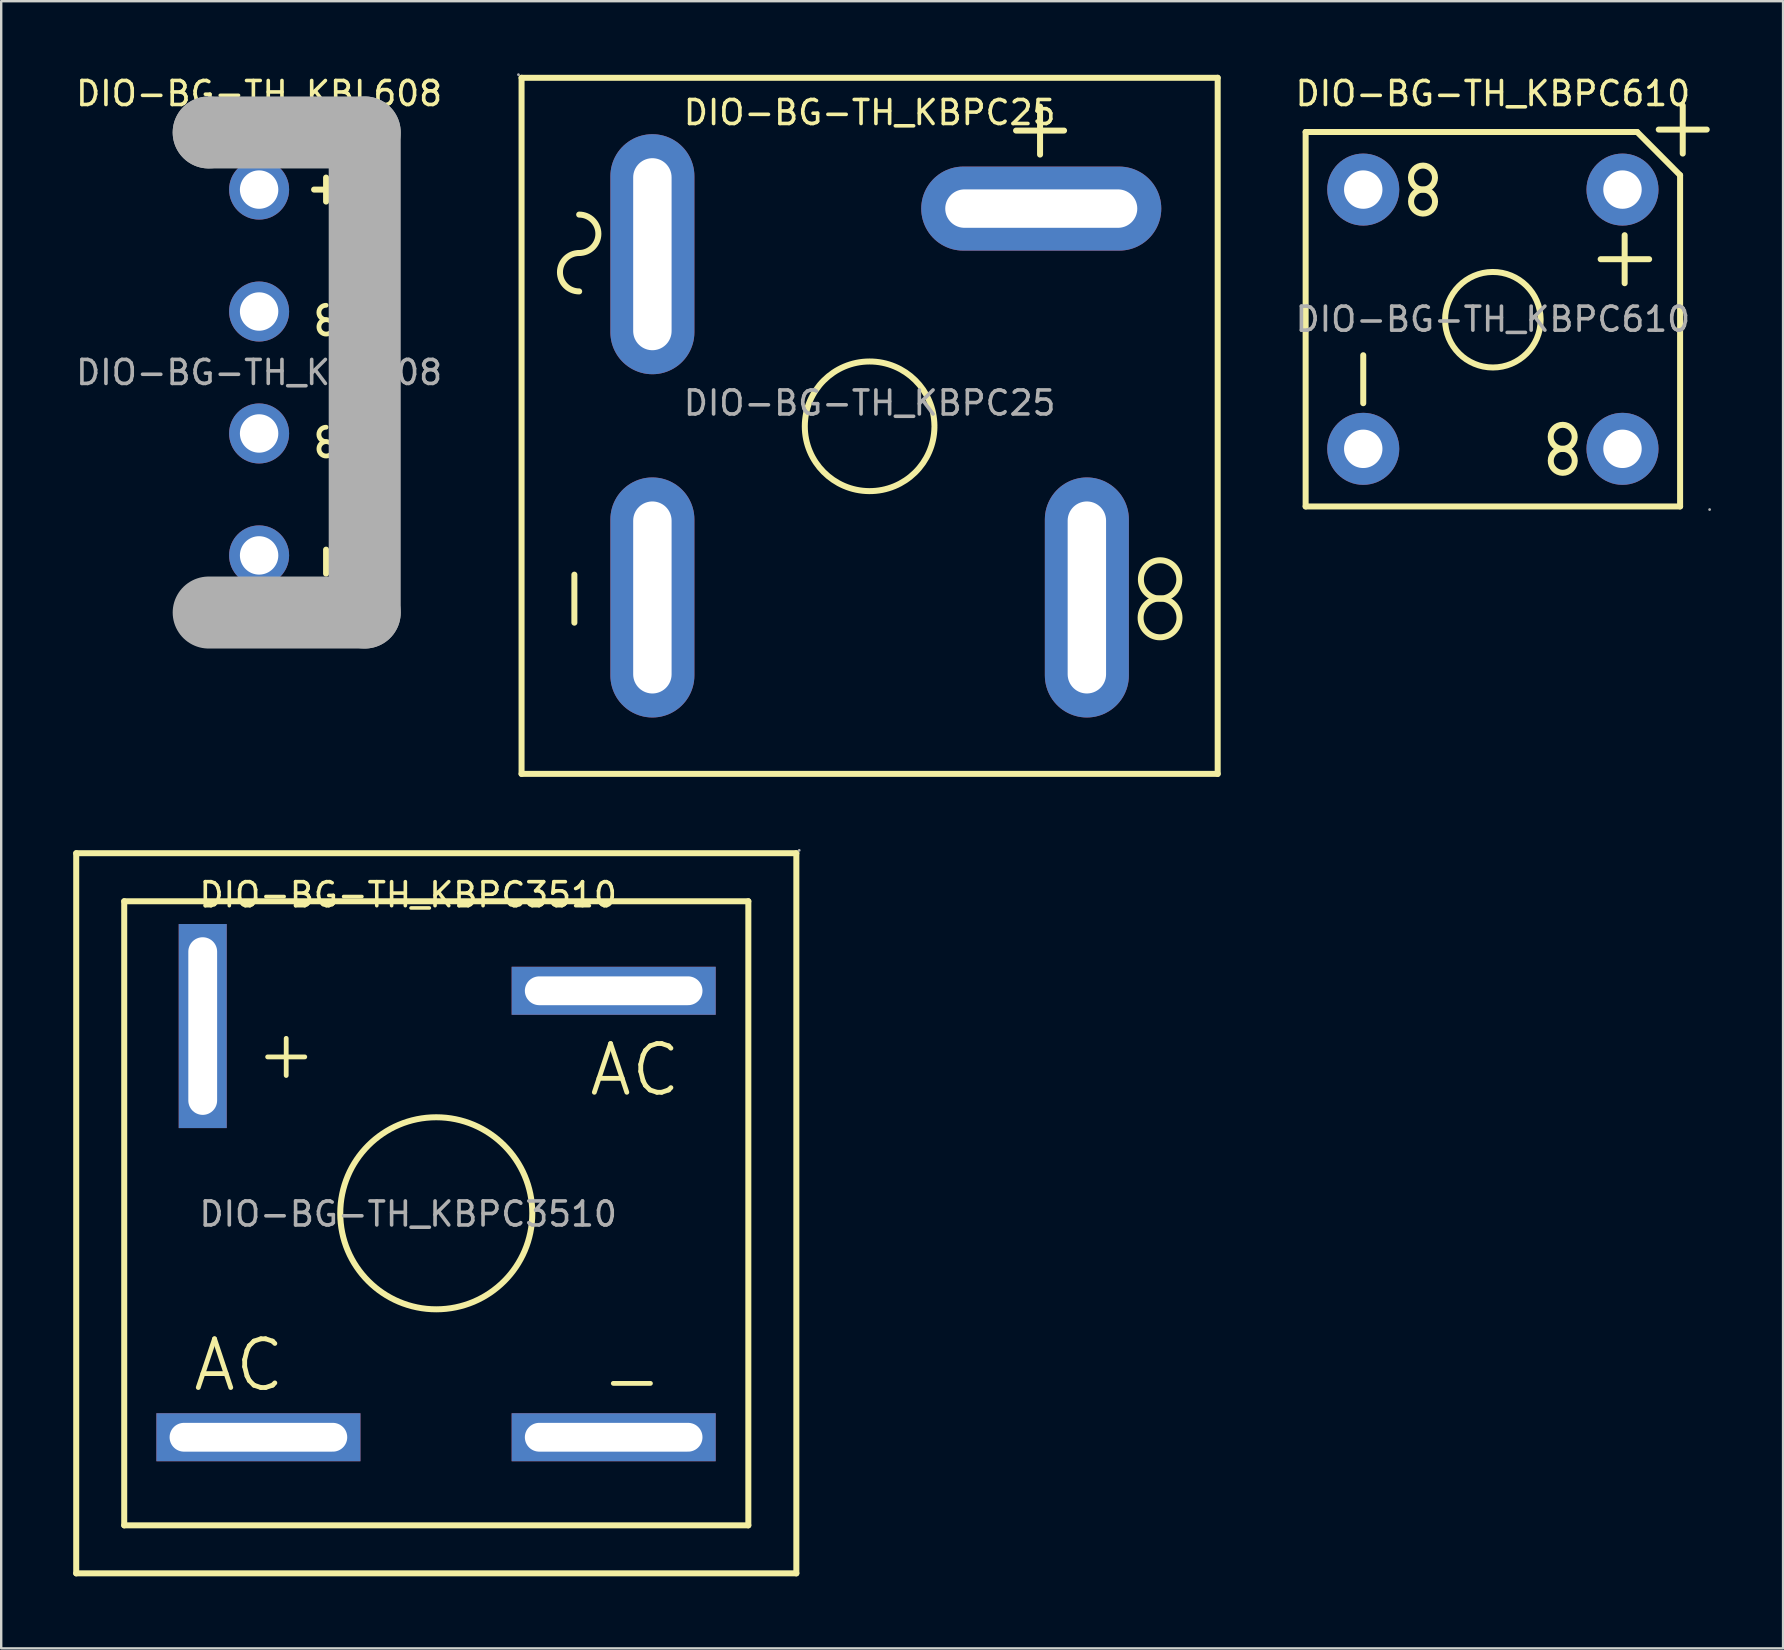
<source format=kicad_pcb>
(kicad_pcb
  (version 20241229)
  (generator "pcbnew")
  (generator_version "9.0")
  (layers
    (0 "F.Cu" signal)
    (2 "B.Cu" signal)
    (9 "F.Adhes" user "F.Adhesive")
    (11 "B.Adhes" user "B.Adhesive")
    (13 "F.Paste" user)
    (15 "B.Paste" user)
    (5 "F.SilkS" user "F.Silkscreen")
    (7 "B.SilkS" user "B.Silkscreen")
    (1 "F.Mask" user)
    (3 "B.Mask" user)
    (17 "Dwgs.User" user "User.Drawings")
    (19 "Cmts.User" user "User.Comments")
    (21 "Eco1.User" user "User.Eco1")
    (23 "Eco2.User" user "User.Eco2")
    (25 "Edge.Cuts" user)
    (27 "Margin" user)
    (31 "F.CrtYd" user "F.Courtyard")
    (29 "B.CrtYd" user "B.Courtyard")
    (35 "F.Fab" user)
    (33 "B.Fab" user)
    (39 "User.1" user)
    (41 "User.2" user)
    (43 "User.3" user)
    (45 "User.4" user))
  (footprint "DIO-BG-TH_KBPC25"
    (layer "F.Cu")
    (at 33.178 13.74)
    (property "Reference" "DIO-BG-TH_KBPC25" (at 0 -12.1 0) (layer "F.SilkS") (effects (font (size 1 1) (thickness 0.15))))
    (attr through_hole)
    (fp_line (start -14.5 -13.55) (end 14.5 -13.55) (stroke (width 0.25) (type solid)) (layer "F.SilkS"))
    (fp_line (start -14.5 15.45) (end -14.5 -13.55) (stroke (width 0.25) (type solid)) (layer "F.SilkS"))
    (fp_line (start -12.3 9.15) (end -12.3 7.15) (stroke (width 0.25) (type solid)) (layer "F.SilkS"))
    (fp_line (start 6.1 -11.35) (end 8.1 -11.35) (stroke (width 0.25) (type solid)) (layer "F.SilkS"))
    (fp_line (start 7.1 -10.35) (end 7.1 -12.35) (stroke (width 0.25) (type solid)) (layer "F.SilkS"))
    (fp_line (start 14.5 -13.55) (end 14.5 15.45) (stroke (width 0.25) (type solid)) (layer "F.SilkS"))
    (fp_line (start 14.5 15.45) (end -14.5 15.45) (stroke (width 0.25) (type solid)) (layer "F.SilkS"))
    (fp_arc (start -12.1 -7.85) (mid -11.3 -7.05) (end -12.1 -6.25) (stroke (width 0.25) (type solid)) (layer "F.SilkS"))
    (fp_arc (start -12.1 -4.65) (mid -12.9 -5.45) (end -12.1 -6.25) (stroke (width 0.25) (type solid)) (layer "F.SilkS"))
    (fp_arc (start 2.7 1) (mid -2.700162 0.964977) (end 2.700093 0.950046) (stroke (width 0.25) (type solid)) (layer "F.SilkS"))
    (fp_arc (start 12.085864 9.759877) (mid 12.107068 8.14003) (end 12.1 9.76) (stroke (width 0.25) (type solid)) (layer "F.SilkS"))
    (fp_arc (start 12.113962 6.550122) (mid 12.093019 8.149969) (end 12.1 6.55) (stroke (width 0.25) (type solid)) (layer "F.SilkS"))
    (fp_circle (center -14.63 -13.68) (end -14.6 -13.68) (stroke (width 0.06) (type solid)) (fill no) (layer "F.Fab"))
    (fp_text user "${REFERENCE}" (at 0 0 0) (layer "F.Fab") (effects (font (size 1 1) (thickness 0.15))))
    (pad "1" thru_hole oval (at -9.05 -6.2 270) (size 10 3.5) (drill oval 8 1.6) (layers "*.Cu" "*.Paste" "*.Mask"))
    (pad "2" thru_hole oval (at 7.15 -8.1) (size 10 3.5) (drill oval 8 1.6) (layers "*.Cu" "*.Paste" "*.Mask"))
    (pad "3" thru_hole oval (at 9.05 8.1 270) (size 10 3.5) (drill oval 8 1.6) (layers "*.Cu" "*.Paste" "*.Mask"))
    (pad "4" thru_hole oval (at -9.05 8.1 270) (size 10 3.5) (drill oval 8 1.6) (layers "*.Cu" "*.Paste" "*.Mask")))
  (footprint "DIO-BG-TH_KBL608"
    (layer "F.Cu")
    (at 7.744 12.468)
    (property "Reference" "DIO-BG-TH_KBL608" (at 0 -11.62 0) (layer "F.SilkS") (effects (font (size 1 1) (thickness 0.15))))
    (attr through_hole)
    (fp_line (start -2.04 -9.4) (end 4.31 -9.4) (stroke (width 0.25) (type solid)) (layer "F.SilkS"))
    (fp_line (start 2.29 -7.62) (end 3.29 -7.62) (stroke (width 0.25) (type solid)) (layer "F.SilkS"))
    (fp_line (start 2.79 -7.12) (end 2.79 -8.12) (stroke (width 0.25) (type solid)) (layer "F.SilkS"))
    (fp_line (start 2.79 8.38) (end 2.79 7.38) (stroke (width 0.25) (type solid)) (layer "F.SilkS"))
    (fp_arc (start 2.79 -2.2) (mid 2.49 -2.5) (end 2.79 -2.8) (stroke (width 0.2) (type solid)) (layer "F.SilkS"))
    (fp_arc (start 2.79 2.88) (mid 2.49 2.58) (end 2.79 2.28) (stroke (width 0.2) (type solid)) (layer "F.SilkS"))
    (fp_arc (start 2.795236 -2.199954) (mid 2.787382 -1.600012) (end 2.79 -2.2) (stroke (width 0.2) (type solid)) (layer "F.SilkS"))
    (fp_arc (start 2.795236 2.880046) (mid 2.787382 3.479988) (end 2.79 2.88) (stroke (width 0.2) (type solid)) (layer "F.SilkS"))
    (fp_line (start -2.1 -10) (end -2.1 -10) (stroke (width 3) (type solid)) (layer "F.Fab"))
    (fp_line (start -2.1 -10) (end 4.4 -10) (stroke (width 3) (type solid)) (layer "F.Fab"))
    (fp_line (start 4.4 -10) (end 4.4 10) (stroke (width 3) (type solid)) (layer "F.Fab"))
    (fp_line (start 4.4 10) (end -2.1 10) (stroke (width 3) (type solid)) (layer "F.Fab"))
    (fp_circle (center -2.23 -10.13) (end -2.2 -10.13) (stroke (width 0.06) (type solid)) (fill no) (layer "F.Fab"))
    (fp_circle (center 0 -7.62) (end 0.35 -7.62) (stroke (width 0.7) (type solid)) (fill no) (layer "F.Fab"))
    (fp_circle (center 0 -2.54) (end 0.35 -2.54) (stroke (width 0.7) (type solid)) (fill no) (layer "F.Fab"))
    (fp_circle (center 0 2.54) (end 0.35 2.54) (stroke (width 0.7) (type solid)) (fill no) (layer "F.Fab"))
    (fp_circle (center 0 7.62) (end 0.35 7.62) (stroke (width 0.7) (type solid)) (fill no) (layer "F.Fab"))
    (fp_text user "${REFERENCE}" (at 0 0 0) (layer "F.Fab") (effects (font (size 1 1) (thickness 0.15))))
    (pad "1" thru_hole circle (at 0 -2.54 270) (size 2.5 2.5) (drill 1.6) (layers "*.Cu" "*.Paste" "*.Mask"))
    (pad "2" thru_hole circle (at 0 -7.62 270) (size 2.5 2.5) (drill 1.6) (layers "*.Cu" "*.Paste" "*.Mask"))
    (pad "3" thru_hole circle (at 0 2.54 270) (size 2.5 2.5) (drill 1.6) (layers "*.Cu" "*.Paste" "*.Mask"))
    (pad "4" thru_hole circle (at 0 7.62 270) (size 2.5 2.5) (drill 1.6) (layers "*.Cu" "*.Paste" "*.Mask")))
  (footprint "DIO-BG-TH_KBPC610"
    (layer "F.Cu")
    (at 59.142 10.248)
    (property "Reference" "DIO-BG-TH_KBPC610" (at 0 -9.4 0) (layer "F.SilkS") (effects (font (size 1 1) (thickness 0.15))))
    (attr through_hole)
    (fp_line (start -7.8 -7.8) (end 6.01 -7.8) (stroke (width 0.25) (type solid)) (layer "F.SilkS"))
    (fp_line (start -7.8 7.8) (end -7.8 -7.8) (stroke (width 0.25) (type solid)) (layer "F.SilkS"))
    (fp_line (start -5.4 3.5) (end -5.4 1.5) (stroke (width 0.25) (type solid)) (layer "F.SilkS"))
    (fp_line (start 4.49 -2.5) (end 6.51 -2.5) (stroke (width 0.25) (type solid)) (layer "F.SilkS"))
    (fp_line (start 5.49 -1.5) (end 5.49 -3.5) (stroke (width 0.25) (type solid)) (layer "F.SilkS"))
    (fp_line (start 6.01 -7.8) (end 7.8 -6) (stroke (width 0.25) (type solid)) (layer "F.SilkS"))
    (fp_line (start 6.91 -7.9) (end 8.91 -7.9) (stroke (width 0.25) (type solid)) (layer "F.SilkS"))
    (fp_line (start 7.8 -6) (end 7.8 7.8) (stroke (width 0.25) (type solid)) (layer "F.SilkS"))
    (fp_line (start 7.8 7.8) (end -7.8 7.8) (stroke (width 0.25) (type solid)) (layer "F.SilkS"))
    (fp_line (start 7.91 -6.9) (end 7.91 -8.9) (stroke (width 0.25) (type solid)) (layer "F.SilkS"))
    (fp_arc (start -2.918726 -4.400076) (mid -2.905637 -5.399981) (end -2.91 -4.4) (stroke (width 0.25) (type solid)) (layer "F.SilkS"))
    (fp_arc (start -2.901274 -6.399924) (mid -2.914363 -5.400019) (end -2.91 -6.4) (stroke (width 0.25) (type solid)) (layer "F.SilkS"))
    (fp_arc (start 1.99 0.03) (mid -1.990019 0.024935) (end 1.989926 0.00013) (stroke (width 0.25) (type solid)) (layer "F.SilkS"))
    (fp_arc (start 2.901274 6.399924) (mid 2.914363 5.400019) (end 2.91 6.4) (stroke (width 0.25) (type solid)) (layer "F.SilkS"))
    (fp_arc (start 2.918726 4.400076) (mid 2.905637 5.399981) (end 2.91 4.4) (stroke (width 0.25) (type solid)) (layer "F.SilkS"))
    (fp_circle (center -5.4 -5.4) (end -5.05 -5.4) (stroke (width 0.7) (type solid)) (fill no) (layer "F.Fab"))
    (fp_circle (center -5.4 5.4) (end -5.05 5.4) (stroke (width 0.7) (type solid)) (fill no) (layer "F.Fab"))
    (fp_circle (center 5.4 -5.4) (end 5.75 -5.4) (stroke (width 0.7) (type solid)) (fill no) (layer "F.Fab"))
    (fp_circle (center 5.4 5.4) (end 5.75 5.4) (stroke (width 0.7) (type solid)) (fill no) (layer "F.Fab"))
    (fp_circle (center 9.03 7.93) (end 9.06 7.93) (stroke (width 0.06) (type solid)) (fill no) (layer "F.Fab"))
    (fp_text user "${REFERENCE}" (at 0 0 0) (layer "F.Fab") (effects (font (size 1 1) (thickness 0.15))))
    (pad "1" thru_hole circle (at 5.4 5.4) (size 3 3) (drill 1.6) (layers "*.Cu" "*.Paste" "*.Mask"))
    (pad "2" thru_hole circle (at 5.4 -5.4) (size 3 3) (drill 1.6) (layers "*.Cu" "*.Paste" "*.Mask"))
    (pad "3" thru_hole circle (at -5.4 -5.4) (size 3 3) (drill 1.6) (layers "*.Cu" "*.Paste" "*.Mask"))
    (pad "4" thru_hole circle (at -5.4 5.4) (size 3 3) (drill 1.6) (layers "*.Cu" "*.Paste" "*.Mask")))
  (footprint "DIO-BG-TH_KBPC3510"
    (layer "F.Cu")
    (at 13.955 47.525)
    (property "Reference" "DIO-BG-TH_KBPC3510" (at 0 -13.3 0) (layer "F.SilkS") (effects (font (size 1 1) (thickness 0.15))))
    (attr through_hole)
    (fp_line (start -13.83 -15.03) (end -13.83 14.97) (stroke (width 0.25) (type solid)) (layer "F.SilkS"))
    (fp_line (start -13.83 14.97) (end 16.17 14.97) (stroke (width 0.25) (type solid)) (layer "F.SilkS"))
    (fp_line (start -11.83 -13.03) (end -11.83 12.97) (stroke (width 0.25) (type solid)) (layer "F.SilkS"))
    (fp_line (start -11.83 12.97) (end 14.17 12.97) (stroke (width 0.25) (type solid)) (layer "F.SilkS"))
    (fp_line (start 14.17 -13.03) (end -11.83 -13.03) (stroke (width 0.25) (type solid)) (layer "F.SilkS"))
    (fp_line (start 14.17 12.97) (end 14.17 -13.03) (stroke (width 0.25) (type solid)) (layer "F.SilkS"))
    (fp_line (start 16.17 -15.03) (end -13.83 -15.03) (stroke (width 0.25) (type solid)) (layer "F.SilkS"))
    (fp_line (start 16.17 14.97) (end 16.17 -15.03) (stroke (width 0.25) (type solid)) (layer "F.SilkS"))
    (fp_circle (center 1.17 -0.03) (end 5.17 -0.03) (stroke (width 0.25) (type solid)) (fill no) (layer "F.SilkS"))
    (fp_circle (center 16.29 -15.15) (end 16.32 -15.15) (stroke (width 0.06) (type solid)) (fill no) (layer "F.Fab"))
    (fp_text user "AC" (at -9.07 6.3 0) (layer "F.SilkS") (effects (font (size 2.03 2.03) (thickness 0.2)) (justify left)))
    (fp_text user "AC" (at 7.43 -6 0) (layer "F.SilkS") (effects (font (size 2.03 2.03) (thickness 0.2)) (justify left)))
    (fp_text user "-" (at 7.93 6.9 0) (layer "F.SilkS") (effects (font (size 2.03 2.03) (thickness 0.2)) (justify left)))
    (fp_text user "+" (at -6.47 -6.7 0) (layer "F.SilkS") (effects (font (size 2.03 2.03) (thickness 0.2)) (justify left)))
    (fp_text user "${REFERENCE}" (at 0 0 0) (layer "F.Fab") (effects (font (size 1 1) (thickness 0.15))))
    (pad "1" thru_hole rect (at 8.56 -9.3 270) (size 2 8.5) (drill oval 1.2 7.4) (layers "*.Cu" "*.Paste" "*.Mask"))
    (pad "2" thru_hole rect (at 8.56 9.3 270) (size 2 8.5) (drill oval 1.2 7.4) (layers "*.Cu" "*.Paste" "*.Mask"))
    (pad "3" thru_hole rect (at -6.24 9.3 270) (size 2 8.5) (drill oval 1.2 7.4) (layers "*.Cu" "*.Paste" "*.Mask"))
    (pad "4" thru_hole rect (at -8.56 -7.83) (size 2 8.5) (drill oval 1.2 7.4) (layers "*.Cu" "*.Paste" "*.Mask")))
  (gr_rect
    (start -3 -3)
    (end 71.232 65.62)
    (stroke (width 0.1) (type default))
    (fill no)
    (layer "Edge.Cuts")))
</source>
